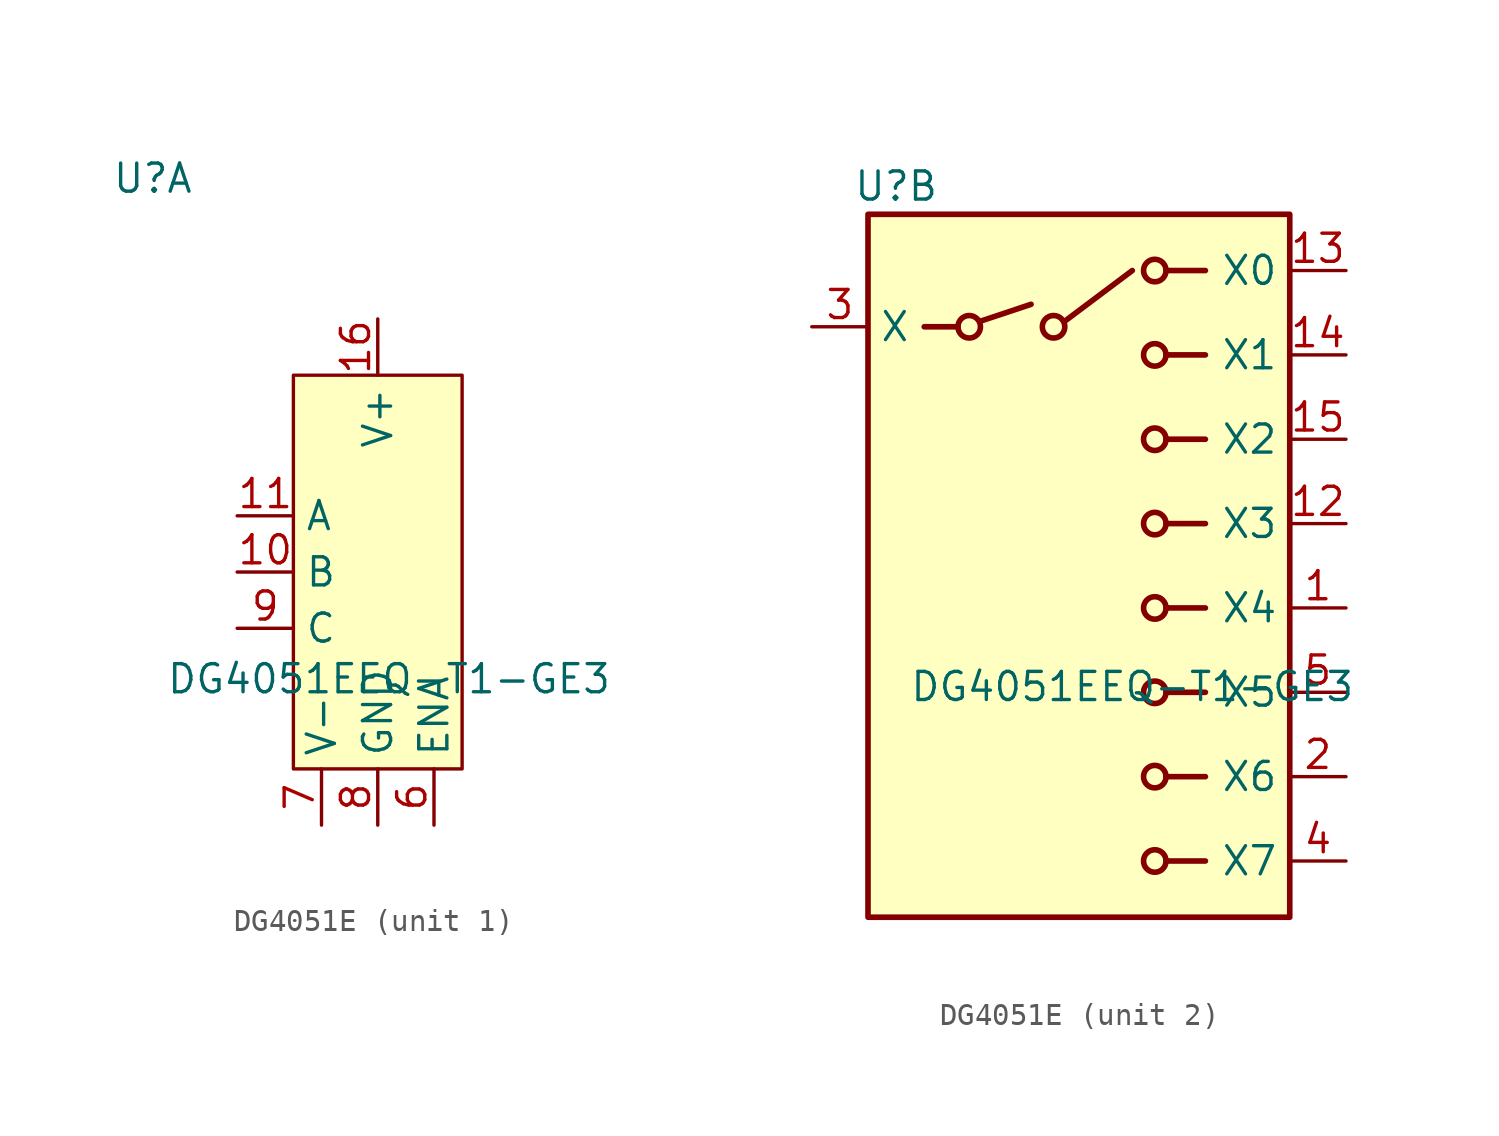
<source format=kicad_sym>
(kicad_symbol_lib
  (version 20231120)
  (generator "kicad_symbol_editor")
  (generator_version "8.0")
  (symbol "DG4051E"
    (property "Reference" "U"
      (at -8.89 17.78 0)
      (effects (font (size 1.27 1.27))))
    (property "Value" "DG4051EEQ-T1-GE3"
      (at 1.778 -4.826 0)
      (effects (font (size 1.27 1.27))))
    (property "ki_locked" ""
      (at 0 0 0)
      (effects (font (size 1.27 1.27))))
    (symbol "DG4051E_1_1"
      (rectangle (start -2.54 8.89) (end 5.08 -8.89) (stroke (width 0) (type default)) (fill (type background)))
      (pin input line (at -5.08 0 0) (length 2.54) (name "B" (effects (font (size 1.27 1.27)))) (number "10" (effects (font (size 1.27 1.27)))))
      (pin input line (at -5.08 2.54 0) (length 2.54) (name "A" (effects (font (size 1.27 1.27)))) (number "11" (effects (font (size 1.27 1.27)))))
      (pin passive line (at 1.27 11.43 270) (length 2.54) (name "V+" (effects (font (size 1.27 1.27)))) (number "16" (effects (font (size 1.27 1.27)))))
      (pin input line (at 3.81 -11.43 90) (length 2.54) (name "ENA" (effects (font (size 1.27 1.27)))) (number "6" (effects (font (size 1.27 1.27)))))
      (pin passive line (at -1.27 -11.43 90) (length 2.54) (name "V-" (effects (font (size 1.27 1.27)))) (number "7" (effects (font (size 1.27 1.27)))))
      (pin passive line (at 1.27 -11.43 90) (length 2.54) (name "GND" (effects (font (size 1.27 1.27)))) (number "8" (effects (font (size 1.27 1.27)))))
      (pin input line (at -5.08 -2.54 0) (length 2.54) (name "C" (effects (font (size 1.27 1.27)))) (number "9" (effects (font (size 1.27 1.27))))))
    (symbol "DG4051E_2_1"
      (rectangle (start -10.16 16.51) (end 8.89 -15.24) (stroke (width 0.254) (type default)) (fill (type background)))
      (circle (center -5.588 11.43) (radius 0.508) (stroke (width 0.254) (type default)) (fill (type none)))
      (circle (center -1.778 11.43) (radius 0.508) (stroke (width 0.254) (type default)) (fill (type none)))
      (polyline (pts (xy -7.62 11.43) (xy -6.096 11.43)) (stroke (width 0.254) (type default)) (fill (type none)))
      (polyline (pts (xy -5.08 11.684) (xy -2.794 12.446)) (stroke (width 0.254) (type default)) (fill (type none)))
      (polyline (pts (xy -1.27 11.684) (xy 1.778 13.97)) (stroke (width 0.254) (type default)) (fill (type none)))
      (polyline (pts (xy 3.302 -12.7) (xy 5.08 -12.7)) (stroke (width 0.254) (type default)) (fill (type none)))
      (polyline (pts (xy 3.302 -8.89) (xy 5.08 -8.89)) (stroke (width 0.254) (type default)) (fill (type none)))
      (polyline (pts (xy 3.302 -5.08) (xy 5.08 -5.08)) (stroke (width 0.254) (type default)) (fill (type none)))
      (polyline (pts (xy 3.302 -1.27) (xy 5.08 -1.27)) (stroke (width 0.254) (type default)) (fill (type none)))
      (polyline (pts (xy 3.302 2.54) (xy 5.08 2.54)) (stroke (width 0.254) (type default)) (fill (type none)))
      (polyline (pts (xy 3.302 6.35) (xy 5.08 6.35)) (stroke (width 0.254) (type default)) (fill (type none)))
      (polyline (pts (xy 3.302 10.16) (xy 5.08 10.16)) (stroke (width 0.254) (type default)) (fill (type none)))
      (polyline (pts (xy 3.302 13.97) (xy 5.08 13.97)) (stroke (width 0.254) (type default)) (fill (type none)))
      (circle (center 2.794 -12.7) (radius 0.508) (stroke (width 0.254) (type default)) (fill (type none)))
      (circle (center 2.794 -8.89) (radius 0.508) (stroke (width 0.254) (type default)) (fill (type none)))
      (circle (center 2.794 -5.08) (radius 0.508) (stroke (width 0.254) (type default)) (fill (type none)))
      (circle (center 2.794 -1.27) (radius 0.508) (stroke (width 0.254) (type default)) (fill (type none)))
      (circle (center 2.794 2.54) (radius 0.508) (stroke (width 0.254) (type default)) (fill (type none)))
      (circle (center 2.794 6.35) (radius 0.508) (stroke (width 0.254) (type default)) (fill (type none)))
      (circle (center 2.794 10.16) (radius 0.508) (stroke (width 0.254) (type default)) (fill (type none)))
      (circle (center 2.794 13.97) (radius 0.508) (stroke (width 0.254) (type default)) (fill (type none)))
      (pin bidirectional line (at 11.43 -1.27 180) (length 2.54) (name "X4" (effects (font (size 1.27 1.27)))) (number "1" (effects (font (size 1.27 1.27)))))
      (pin bidirectional line (at 11.43 2.54 180) (length 2.54) (name "X3" (effects (font (size 1.27 1.27)))) (number "12" (effects (font (size 1.27 1.27)))))
      (pin bidirectional line (at 11.43 13.97 180) (length 2.54) (name "X0" (effects (font (size 1.27 1.27)))) (number "13" (effects (font (size 1.27 1.27)))))
      (pin bidirectional line (at 11.43 10.16 180) (length 2.54) (name "X1" (effects (font (size 1.27 1.27)))) (number "14" (effects (font (size 1.27 1.27)))))
      (pin bidirectional line (at 11.43 6.35 180) (length 2.54) (name "X2" (effects (font (size 1.27 1.27)))) (number "15" (effects (font (size 1.27 1.27)))))
      (pin bidirectional line (at 11.43 -8.89 180) (length 2.54) (name "X6" (effects (font (size 1.27 1.27)))) (number "2" (effects (font (size 1.27 1.27)))))
      (pin bidirectional line (at -12.7 11.43 0) (length 2.54) (name "X" (effects (font (size 1.27 1.27)))) (number "3" (effects (font (size 1.27 1.27)))))
      (pin bidirectional line (at 11.43 -12.7 180) (length 2.54) (name "X7" (effects (font (size 1.27 1.27)))) (number "4" (effects (font (size 1.27 1.27)))))
      (pin bidirectional line (at 11.43 -5.08 180) (length 2.54) (name "X5" (effects (font (size 1.27 1.27)))) (number "5" (effects (font (size 1.27 1.27))))))))
</source>
